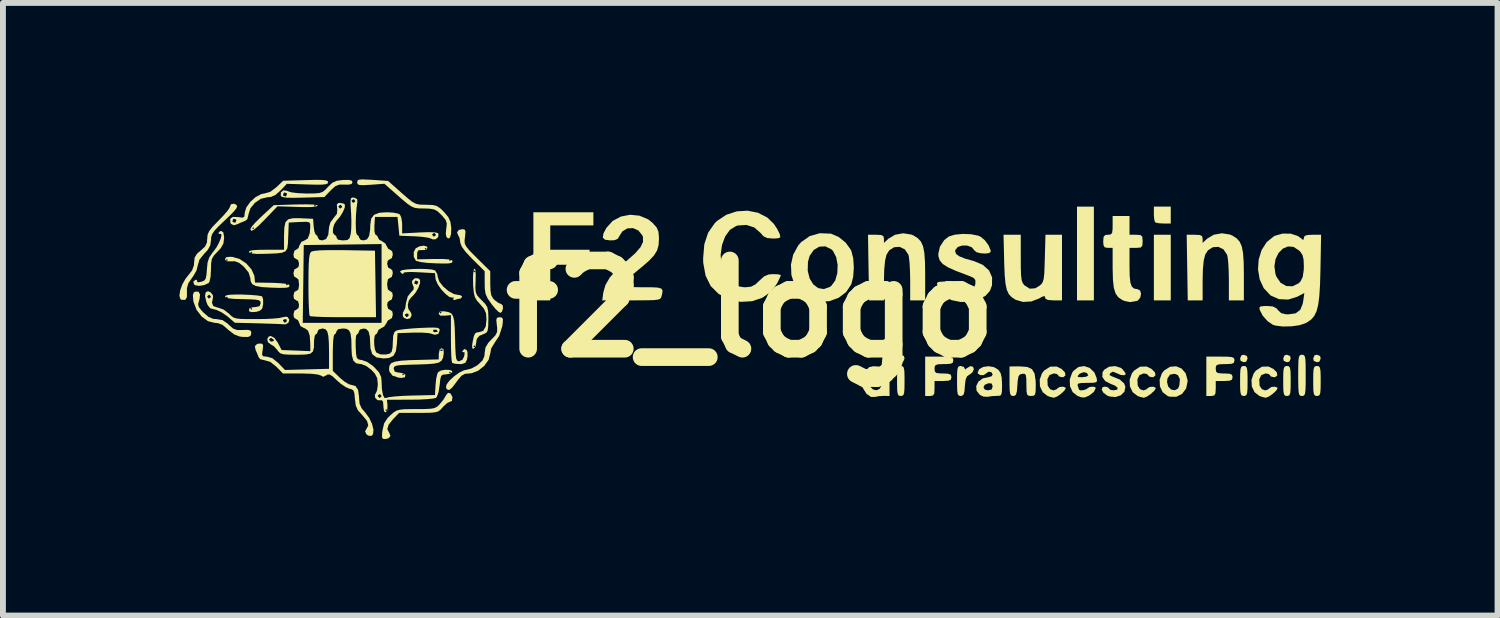
<source format=kicad_pcb>
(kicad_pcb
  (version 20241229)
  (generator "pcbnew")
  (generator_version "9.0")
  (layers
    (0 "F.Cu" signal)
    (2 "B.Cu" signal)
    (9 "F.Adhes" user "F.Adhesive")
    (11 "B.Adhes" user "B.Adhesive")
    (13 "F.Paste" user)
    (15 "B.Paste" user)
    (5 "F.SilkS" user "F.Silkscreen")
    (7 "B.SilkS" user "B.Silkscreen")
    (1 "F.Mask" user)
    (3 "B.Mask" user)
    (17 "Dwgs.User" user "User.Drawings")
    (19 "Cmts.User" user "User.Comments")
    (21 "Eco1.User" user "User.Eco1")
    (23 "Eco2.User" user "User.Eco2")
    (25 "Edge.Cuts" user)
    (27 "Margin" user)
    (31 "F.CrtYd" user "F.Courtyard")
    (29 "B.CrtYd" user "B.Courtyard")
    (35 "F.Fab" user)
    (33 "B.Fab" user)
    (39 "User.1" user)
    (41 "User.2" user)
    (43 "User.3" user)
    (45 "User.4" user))
  (footprint "f2_logo"
    (layer "F.Cu")
    (at 9.715 2.2)
    (property "Reference" "f2_logo" (at 0 0 0) (layer "F.SilkS") (effects (font (size 1.5 1.5) (thickness 0.3))))
    (attr board_only exclude_from_pos_files exclude_from_bom)
    (fp_poly (pts (xy 2.603 0.803) (xy 2.613 0.845) (xy 2.591 0.898) (xy 2.55 0.908) (xy 2.496 0.886) (xy 2.486 0.845) (xy 2.508 0.791) (xy 2.55 0.781)) (stroke (width 0) (type solid)) (fill yes) (layer "F.SilkS"))
    (fp_poly (pts (xy 5.832 -0.94) (xy 5.832 -0.143) (xy 5.689 -0.143) (xy 5.545 -0.143) (xy 5.545 -0.94) (xy 5.545 -1.737) (xy 5.689 -1.737) (xy 5.832 -1.737)) (stroke (width 0) (type solid)) (fill yes) (layer "F.SilkS"))
    (fp_poly (pts (xy 7.139 -0.701) (xy 7.139 -0.143) (xy 6.995 -0.143) (xy 6.852 -0.143) (xy 6.852 -0.701) (xy 6.852 -1.259) (xy 6.995 -1.259) (xy 7.139 -1.259)) (stroke (width 0) (type solid)) (fill yes) (layer "F.SilkS"))
    (fp_poly (pts (xy 8.435 0.803) (xy 8.445 0.845) (xy 8.423 0.898) (xy 8.382 0.908) (xy 8.328 0.886) (xy 8.318 0.845) (xy 8.34 0.791) (xy 8.382 0.781)) (stroke (width 0) (type solid)) (fill yes) (layer "F.SilkS"))
    (fp_poly (pts (xy 9.168 0.803) (xy 9.178 0.845) (xy 9.156 0.898) (xy 9.115 0.908) (xy 9.061 0.886) (xy 9.051 0.845) (xy 9.073 0.791) (xy 9.115 0.781)) (stroke (width 0) (type solid)) (fill yes) (layer "F.SilkS"))
    (fp_poly (pts (xy 9.678 0.803) (xy 9.688 0.845) (xy 9.666 0.898) (xy 9.625 0.908) (xy 9.571 0.886) (xy 9.561 0.845) (xy 9.583 0.791) (xy 9.625 0.781)) (stroke (width 0) (type solid)) (fill yes) (layer "F.SilkS"))
    (fp_poly (pts (xy 7.139 -1.593) (xy 7.139 -1.45) (xy 7.017 -1.45) (xy 6.932 -1.455) (xy 6.878 -1.468) (xy 6.873 -1.471) (xy 6.859 -1.514) (xy 6.852 -1.594) (xy 6.852 -1.615) (xy 6.852 -1.737) (xy 6.995 -1.737) (xy 7.139 -1.737)) (stroke (width 0) (type solid)) (fill yes) (layer "F.SilkS"))
    (fp_poly (pts (xy -2.677 -1.53) (xy -2.677 -1.418) (xy -3.044 -1.418) (xy -3.41 -1.418) (xy -3.41 -1.211) (xy -3.41 -1.004) (xy -3.075 -1.004) (xy -2.741 -1.004) (xy -2.741 -0.876) (xy -2.741 -0.749) (xy -3.075 -0.749) (xy -3.41 -0.749) (xy -3.41 -0.446) (xy -3.41 -0.143) (xy -3.553 -0.143) (xy -3.697 -0.143) (xy -3.697 -0.892) (xy -3.697 -1.641) (xy -3.187 -1.641) (xy -2.677 -1.641)) (stroke (width 0) (type solid)) (fill yes) (layer "F.SilkS"))
    (fp_poly (pts (xy 2.581 0.977) (xy 2.6 1.002) (xy 2.61 1.058) (xy 2.613 1.16) (xy 2.613 1.227) (xy 2.612 1.354) (xy 2.606 1.43) (xy 2.592 1.468) (xy 2.566 1.481) (xy 2.55 1.482) (xy 2.518 1.477) (xy 2.499 1.452) (xy 2.489 1.396) (xy 2.486 1.294) (xy 2.486 1.227) (xy 2.487 1.1) (xy 2.493 1.024) (xy 2.507 0.986) (xy 2.533 0.973) (xy 2.55 0.972)) (stroke (width 0) (type solid)) (fill yes) (layer "F.SilkS"))
    (fp_poly (pts (xy 8.413 0.977) (xy 8.432 1.002) (xy 8.442 1.058) (xy 8.445 1.16) (xy 8.445 1.227) (xy 8.444 1.354) (xy 8.438 1.43) (xy 8.424 1.468) (xy 8.398 1.481) (xy 8.382 1.482) (xy 8.35 1.477) (xy 8.331 1.452) (xy 8.321 1.396) (xy 8.318 1.294) (xy 8.318 1.227) (xy 8.319 1.1) (xy 8.325 1.024) (xy 8.34 0.986) (xy 8.365 0.973) (xy 8.382 0.972)) (stroke (width 0) (type solid)) (fill yes) (layer "F.SilkS"))
    (fp_poly (pts (xy 9.146 0.977) (xy 9.165 1.002) (xy 9.175 1.058) (xy 9.178 1.16) (xy 9.178 1.227) (xy 9.177 1.354) (xy 9.171 1.43) (xy 9.157 1.468) (xy 9.131 1.481) (xy 9.115 1.482) (xy 9.083 1.477) (xy 9.064 1.452) (xy 9.054 1.396) (xy 9.051 1.294) (xy 9.051 1.227) (xy 9.052 1.1) (xy 9.058 1.024) (xy 9.073 0.986) (xy 9.098 0.973) (xy 9.115 0.972)) (stroke (width 0) (type solid)) (fill yes) (layer "F.SilkS"))
    (fp_poly (pts (xy 9.656 0.977) (xy 9.675 1.002) (xy 9.685 1.058) (xy 9.688 1.16) (xy 9.688 1.227) (xy 9.687 1.354) (xy 9.681 1.43) (xy 9.667 1.468) (xy 9.641 1.481) (xy 9.625 1.482) (xy 9.593 1.477) (xy 9.574 1.452) (xy 9.564 1.396) (xy 9.561 1.294) (xy 9.561 1.227) (xy 9.562 1.1) (xy 9.568 1.024) (xy 9.582 0.986) (xy 9.608 0.973) (xy 9.625 0.972)) (stroke (width 0) (type solid)) (fill yes) (layer "F.SilkS"))
    (fp_poly (pts (xy 9.398 0.785) (xy 9.416 0.804) (xy 9.427 0.85) (xy 9.432 0.933) (xy 9.433 1.065) (xy 9.433 1.131) (xy 9.433 1.285) (xy 9.429 1.385) (xy 9.421 1.445) (xy 9.406 1.473) (xy 9.382 1.482) (xy 9.37 1.482) (xy 9.342 1.478) (xy 9.323 1.458) (xy 9.313 1.413) (xy 9.308 1.329) (xy 9.306 1.197) (xy 9.306 1.131) (xy 9.307 0.978) (xy 9.31 0.877) (xy 9.319 0.818) (xy 9.334 0.79) (xy 9.358 0.781) (xy 9.37 0.781)) (stroke (width 0) (type solid)) (fill yes) (layer "F.SilkS"))
    (fp_poly (pts (xy -6.942 -0.997) (xy -6.911 -0.997) (xy -6.39 -0.988) (xy -6.381 -0.422) (xy -6.372 0.143) (xy -6.926 0.143) (xy -7.107 0.142) (xy -7.266 0.139) (xy -7.392 0.134) (xy -7.474 0.128) (xy -7.5 0.122) (xy -7.507 0.085) (xy -7.513 -0.005) (xy -7.518 -0.137) (xy -7.521 -0.299) (xy -7.521 -0.416) (xy -7.52 -0.621) (xy -7.516 -0.77) (xy -7.508 -0.872) (xy -7.496 -0.935) (xy -7.479 -0.967) (xy -7.477 -0.969) (xy -7.429 -0.984) (xy -7.325 -0.994) (xy -7.164 -0.998)) (stroke (width 0) (type solid)) (fill yes) (layer "F.SilkS"))
    (fp_poly (pts (xy 3.621 0.988) (xy 3.633 1.01) (xy 3.643 1.032) (xy 3.671 1.01) (xy 3.731 0.975) (xy 3.778 0.986) (xy 3.792 1.028) (xy 3.766 1.083) (xy 3.721 1.116) (xy 3.676 1.147) (xy 3.652 1.202) (xy 3.64 1.299) (xy 3.639 1.315) (xy 3.63 1.414) (xy 3.613 1.464) (xy 3.581 1.481) (xy 3.568 1.482) (xy 3.537 1.476) (xy 3.518 1.45) (xy 3.509 1.392) (xy 3.506 1.288) (xy 3.506 1.227) (xy 3.507 1.1) (xy 3.513 1.024) (xy 3.527 0.986) (xy 3.553 0.973) (xy 3.569 0.972)) (stroke (width 0) (type solid)) (fill yes) (layer "F.SilkS"))
    (fp_poly (pts (xy 7.324 1.016) (xy 7.393 1.097) (xy 7.425 1.214) (xy 7.426 1.233) (xy 7.4 1.356) (xy 7.331 1.447) (xy 7.233 1.496) (xy 7.119 1.494) (xy 7.085 1.482) (xy 7.001 1.417) (xy 6.955 1.318) (xy 6.952 1.245) (xy 7.076 1.245) (xy 7.096 1.323) (xy 7.145 1.372) (xy 7.206 1.385) (xy 7.26 1.358) (xy 7.284 1.309) (xy 7.295 1.197) (xy 7.261 1.127) (xy 7.206 1.105) (xy 7.127 1.118) (xy 7.083 1.183) (xy 7.076 1.245) (xy 6.952 1.245) (xy 6.95 1.205) (xy 6.989 1.096) (xy 7.026 1.05) (xy 7.126 0.986) (xy 7.23 0.977)) (stroke (width 0) (type solid)) (fill yes) (layer "F.SilkS"))
    (fp_poly (pts (xy -7.436 -1.772) (xy -7.41 -1.768) (xy -7.426 -1.753) (xy -7.41 -1.737) (xy -7.394 -1.753) (xy -7.409 -1.768) (xy -7.371 -1.761) (xy -7.362 -1.753) (xy -7.393 -1.738) (xy -7.483 -1.73) (xy -7.63 -1.73) (xy -7.704 -1.732) (xy -8.047 -1.743) (xy -8.249 -1.533) (xy -8.363 -1.418) (xy -8.442 -1.349) (xy -8.488 -1.325) (xy -8.505 -1.343) (xy -8.505 -1.362) (xy -8.501 -1.37) (xy -8.477 -1.37) (xy -8.461 -1.354) (xy -8.445 -1.37) (xy -8.461 -1.386) (xy -8.477 -1.37) (xy -8.501 -1.37) (xy -8.482 -1.401) (xy -8.421 -1.469) (xy -8.336 -1.554) (xy -8.306 -1.582) (xy -8.111 -1.762) (xy -7.736 -1.774) (xy -7.559 -1.776)) (stroke (width 0) (type solid)) (fill yes) (layer "F.SilkS"))
    (fp_poly (pts (xy 4.698 0.988) (xy 4.779 1.026) (xy 4.824 1.101) (xy 4.842 1.224) (xy 4.844 1.298) (xy 4.842 1.401) (xy 4.832 1.456) (xy 4.808 1.478) (xy 4.764 1.482) (xy 4.721 1.478) (xy 4.697 1.456) (xy 4.687 1.401) (xy 4.685 1.299) (xy 4.685 1.288) (xy 4.683 1.182) (xy 4.674 1.125) (xy 4.653 1.104) (xy 4.614 1.105) (xy 4.613 1.105) (xy 4.572 1.118) (xy 4.549 1.153) (xy 4.537 1.226) (xy 4.532 1.299) (xy 4.523 1.403) (xy 4.508 1.459) (xy 4.481 1.48) (xy 4.46 1.482) (xy 4.429 1.476) (xy 4.41 1.45) (xy 4.401 1.391) (xy 4.398 1.286) (xy 4.398 1.231) (xy 4.398 0.98) (xy 4.573 0.979)) (stroke (width 0) (type solid)) (fill yes) (layer "F.SilkS"))
    (fp_poly (pts (xy 3.325 0.814) (xy 3.397 0.821) (xy 3.431 0.837) (xy 3.442 0.865) (xy 3.442 0.876) (xy 3.434 0.915) (xy 3.398 0.934) (xy 3.319 0.94) (xy 3.283 0.94) (xy 3.188 0.943) (xy 3.141 0.956) (xy 3.125 0.988) (xy 3.123 1.02) (xy 3.129 1.069) (xy 3.158 1.092) (xy 3.228 1.099) (xy 3.267 1.099) (xy 3.356 1.104) (xy 3.399 1.121) (xy 3.41 1.159) (xy 3.41 1.163) (xy 3.401 1.203) (xy 3.362 1.222) (xy 3.277 1.227) (xy 3.267 1.227) (xy 3.123 1.227) (xy 3.123 1.354) (xy 3.119 1.437) (xy 3.098 1.473) (xy 3.05 1.482) (xy 3.044 1.482) (xy 2.964 1.482) (xy 2.964 1.147) (xy 2.964 0.813) (xy 3.203 0.813)) (stroke (width 0) (type solid)) (fill yes) (layer "F.SilkS"))
    (fp_poly (pts (xy 5.283 1.022) (xy 5.339 1.079) (xy 5.35 1.131) (xy 5.314 1.161) (xy 5.29 1.163) (xy 5.239 1.15) (xy 5.227 1.131) (xy 5.199 1.107) (xy 5.149 1.099) (xy 5.078 1.126) (xy 5.042 1.197) (xy 5.047 1.302) (xy 5.049 1.309) (xy 5.087 1.366) (xy 5.146 1.388) (xy 5.201 1.367) (xy 5.211 1.354) (xy 5.251 1.329) (xy 5.307 1.324) (xy 5.349 1.339) (xy 5.354 1.352) (xy 5.33 1.392) (xy 5.273 1.445) (xy 5.207 1.491) (xy 5.154 1.512) (xy 5.151 1.512) (xy 5.094 1.499) (xy 5.045 1.482) (xy 4.962 1.417) (xy 4.916 1.319) (xy 4.911 1.206) (xy 4.949 1.098) (xy 4.986 1.05) (xy 5.089 0.984) (xy 5.198 0.981)) (stroke (width 0) (type solid)) (fill yes) (layer "F.SilkS"))
    (fp_poly (pts (xy 6.813 1.022) (xy 6.869 1.079) (xy 6.88 1.131) (xy 6.844 1.161) (xy 6.82 1.163) (xy 6.768 1.15) (xy 6.756 1.131) (xy 6.729 1.107) (xy 6.679 1.099) (xy 6.608 1.126) (xy 6.572 1.197) (xy 6.577 1.302) (xy 6.579 1.309) (xy 6.616 1.366) (xy 6.676 1.388) (xy 6.731 1.367) (xy 6.74 1.354) (xy 6.781 1.329) (xy 6.837 1.324) (xy 6.878 1.339) (xy 6.884 1.352) (xy 6.86 1.392) (xy 6.803 1.445) (xy 6.736 1.491) (xy 6.684 1.512) (xy 6.68 1.512) (xy 6.624 1.499) (xy 6.575 1.482) (xy 6.491 1.417) (xy 6.445 1.319) (xy 6.44 1.206) (xy 6.478 1.098) (xy 6.516 1.05) (xy 6.618 0.984) (xy 6.728 0.981)) (stroke (width 0) (type solid)) (fill yes) (layer "F.SilkS"))
    (fp_poly (pts (xy 8.106 0.814) (xy 8.177 0.821) (xy 8.212 0.837) (xy 8.222 0.865) (xy 8.222 0.876) (xy 8.214 0.915) (xy 8.178 0.934) (xy 8.1 0.94) (xy 8.063 0.94) (xy 7.968 0.943) (xy 7.921 0.956) (xy 7.905 0.988) (xy 7.904 1.02) (xy 7.91 1.069) (xy 7.939 1.092) (xy 8.008 1.099) (xy 8.047 1.099) (xy 8.137 1.104) (xy 8.179 1.121) (xy 8.19 1.159) (xy 8.19 1.163) (xy 8.181 1.203) (xy 8.142 1.222) (xy 8.057 1.227) (xy 8.047 1.227) (xy 7.904 1.227) (xy 7.904 1.354) (xy 7.899 1.437) (xy 7.879 1.473) (xy 7.831 1.482) (xy 7.824 1.482) (xy 7.744 1.482) (xy 7.744 1.147) (xy 7.744 0.813) (xy 7.983 0.813)) (stroke (width 0) (type solid)) (fill yes) (layer "F.SilkS"))
    (fp_poly (pts (xy 8.885 1.022) (xy 8.941 1.079) (xy 8.951 1.131) (xy 8.916 1.161) (xy 8.892 1.163) (xy 8.84 1.15) (xy 8.828 1.131) (xy 8.801 1.107) (xy 8.75 1.099) (xy 8.679 1.126) (xy 8.644 1.197) (xy 8.649 1.302) (xy 8.65 1.309) (xy 8.688 1.366) (xy 8.747 1.388) (xy 8.802 1.367) (xy 8.812 1.354) (xy 8.852 1.329) (xy 8.909 1.324) (xy 8.95 1.339) (xy 8.955 1.352) (xy 8.931 1.392) (xy 8.874 1.445) (xy 8.808 1.491) (xy 8.756 1.512) (xy 8.752 1.512) (xy 8.696 1.499) (xy 8.647 1.482) (xy 8.563 1.417) (xy 8.517 1.319) (xy 8.512 1.206) (xy 8.55 1.098) (xy 8.587 1.05) (xy 8.69 0.984) (xy 8.799 0.981)) (stroke (width 0) (type solid)) (fill yes) (layer "F.SilkS"))
    (fp_poly (pts (xy 6.288 1.003) (xy 6.321 1.03) (xy 6.362 1.083) (xy 6.374 1.11) (xy 6.349 1.13) (xy 6.291 1.125) (xy 6.221 1.096) (xy 6.215 1.092) (xy 6.156 1.069) (xy 6.114 1.091) (xy 6.097 1.125) (xy 6.138 1.148) (xy 6.271 1.202) (xy 6.346 1.268) (xy 6.368 1.326) (xy 6.351 1.411) (xy 6.288 1.471) (xy 6.198 1.5) (xy 6.095 1.49) (xy 6.055 1.473) (xy 5.991 1.424) (xy 5.965 1.372) (xy 5.98 1.333) (xy 6.021 1.323) (xy 6.074 1.336) (xy 6.087 1.354) (xy 6.114 1.378) (xy 6.169 1.386) (xy 6.229 1.374) (xy 6.236 1.344) (xy 6.195 1.308) (xy 6.121 1.278) (xy 6.025 1.229) (xy 5.976 1.159) (xy 5.979 1.08) (xy 6.007 1.036) (xy 6.09 0.985) (xy 6.193 0.974)) (stroke (width 0) (type solid)) (fill yes) (layer "F.SilkS"))
    (fp_poly (pts (xy 2.726 -1.263) (xy 2.767 -1.246) (xy 2.839 -1.2) (xy 2.892 -1.142) (xy 2.928 -1.062) (xy 2.95 -0.949) (xy 2.961 -0.793) (xy 2.964 -0.585) (xy 2.964 -0.575) (xy 2.964 -0.143) (xy 2.836 -0.143) (xy 2.709 -0.143) (xy 2.709 -0.492) (xy 2.706 -0.643) (xy 2.699 -0.777) (xy 2.688 -0.878) (xy 2.679 -0.92) (xy 2.617 -1.011) (xy 2.531 -1.053) (xy 2.437 -1.047) (xy 2.353 -0.994) (xy 2.307 -0.921) (xy 2.283 -0.822) (xy 2.268 -0.667) (xy 2.263 -0.479) (xy 2.263 -0.143) (xy 2.137 -0.143) (xy 2.011 -0.143) (xy 2.001 -0.701) (xy 1.992 -1.259) (xy 2.127 -1.259) (xy 2.213 -1.255) (xy 2.253 -1.236) (xy 2.263 -1.194) (xy 2.263 -1.19) (xy 2.263 -1.12) (xy 2.339 -1.192) (xy 2.452 -1.259) (xy 2.59 -1.284)) (stroke (width 0) (type solid)) (fill yes) (layer "F.SilkS"))
    (fp_poly (pts (xy 8.144 -1.263) (xy 8.185 -1.246) (xy 8.257 -1.2) (xy 8.31 -1.142) (xy 8.346 -1.062) (xy 8.368 -0.949) (xy 8.379 -0.793) (xy 8.382 -0.585) (xy 8.382 -0.575) (xy 8.382 -0.143) (xy 8.254 -0.143) (xy 8.127 -0.143) (xy 8.127 -0.492) (xy 8.124 -0.643) (xy 8.117 -0.777) (xy 8.106 -0.878) (xy 8.096 -0.92) (xy 8.035 -1.011) (xy 7.949 -1.053) (xy 7.855 -1.047) (xy 7.771 -0.994) (xy 7.725 -0.921) (xy 7.7 -0.822) (xy 7.685 -0.667) (xy 7.681 -0.479) (xy 7.681 -0.143) (xy 7.554 -0.143) (xy 7.428 -0.143) (xy 7.419 -0.701) (xy 7.41 -1.259) (xy 7.545 -1.259) (xy 7.631 -1.255) (xy 7.671 -1.236) (xy 7.681 -1.194) (xy 7.681 -1.19) (xy 7.681 -1.12) (xy 7.757 -1.192) (xy 7.87 -1.259) (xy 8.008 -1.284)) (stroke (width 0) (type solid)) (fill yes) (layer "F.SilkS"))
    (fp_poly (pts (xy -9.391 -0.291) (xy -9.364 -0.244) (xy -9.373 -0.162) (xy -9.38 -0.141) (xy -9.397 -0.08) (xy -9.385 -0.031) (xy -9.338 0.03) (xy -9.306 0.063) (xy -9.22 0.138) (xy -9.14 0.171) (xy -9.083 0.175) (xy -8.982 0.192) (xy -8.896 0.251) (xy -8.874 0.273) (xy -8.804 0.335) (xy -8.737 0.36) (xy -8.639 0.361) (xy -8.637 0.36) (xy -8.548 0.358) (xy -8.505 0.371) (xy -8.493 0.404) (xy -8.493 0.414) (xy -8.505 0.459) (xy -8.547 0.479) (xy -8.633 0.478) (xy -8.688 0.472) (xy -8.783 0.435) (xy -8.883 0.359) (xy -8.893 0.349) (xy -8.98 0.274) (xy -9.062 0.243) (xy -9.114 0.239) (xy -9.23 0.21) (xy -9.337 0.131) (xy -9.423 0.018) (xy -9.474 -0.115) (xy -9.478 -0.136) (xy -9.486 -0.227) (xy -9.473 -0.275) (xy -9.447 -0.292)) (stroke (width 0) (type solid)) (fill yes) (layer "F.SilkS"))
    (fp_poly (pts (xy -5.509 -1.059) (xy -5.497 -1.036) (xy -5.52 -1.001) (xy -5.585 -0.998) (xy -5.649 -0.997) (xy -5.671 -0.962) (xy -5.673 -0.925) (xy -5.673 -0.841) (xy -5.379 -0.847) (xy -5.23 -0.847) (xy -5.126 -0.839) (xy -5.122 -0.838) (xy -5.131 -0.829) (xy -5.115 -0.813) (xy -5.099 -0.829) (xy -5.102 -0.831) (xy -5.078 -0.824) (xy -5.075 -0.82) (xy -5.073 -0.795) (xy -5.094 -0.779) (xy -5.148 -0.771) (xy -5.246 -0.77) (xy -5.384 -0.774) (xy -5.513 -0.782) (xy -5.619 -0.796) (xy -5.685 -0.813) (xy -5.695 -0.818) (xy -5.73 -0.882) (xy -5.731 -0.963) (xy -5.702 -1.02) (xy -5.545 -1.02) (xy -5.529 -1.004) (xy -5.513 -1.02) (xy -5.529 -1.036) (xy -5.545 -1.02) (xy -5.702 -1.02) (xy -5.698 -1.028) (xy -5.697 -1.029) (xy -5.631 -1.063) (xy -5.561 -1.073)) (stroke (width 0) (type solid)) (fill yes) (layer "F.SilkS"))
    (fp_poly (pts (xy -5.516 -0.676) (xy -5.423 -0.668) (xy -5.369 -0.653) (xy -5.367 -0.651) (xy -5.331 -0.591) (xy -5.322 -0.538) (xy -5.296 -0.462) (xy -5.229 -0.378) (xy -5.141 -0.302) (xy -5.049 -0.251) (xy -4.996 -0.24) (xy -4.932 -0.229) (xy -4.908 -0.207) (xy -4.93 -0.176) (xy -4.937 -0.175) (xy -4.99 -0.165) (xy -5.022 -0.154) (xy -5.06 -0.148) (xy -5.055 -0.17) (xy -5.053 -0.194) (xy -5.074 -0.19) (xy -5.124 -0.201) (xy -5.191 -0.253) (xy -5.262 -0.328) (xy -5.321 -0.413) (xy -5.356 -0.491) (xy -5.36 -0.51) (xy -5.37 -0.606) (xy -5.646 -0.621) (xy -5.77 -0.626) (xy -5.859 -0.623) (xy -5.903 -0.615) (xy -5.904 -0.609) (xy -5.91 -0.591) (xy -5.926 -0.594) (xy -5.96 -0.626) (xy -5.962 -0.638) (xy -5.932 -0.656) (xy -5.855 -0.668) (xy -5.749 -0.676) (xy -5.63 -0.679)) (stroke (width 0) (type solid)) (fill yes) (layer "F.SilkS"))
    (fp_poly (pts (xy -4.865 -1.347) (xy -4.851 -1.315) (xy -4.857 -1.24) (xy -4.86 -1.219) (xy -4.867 -1.156) (xy -4.863 -1.106) (xy -4.838 -1.057) (xy -4.787 -0.995) (xy -4.7 -0.906) (xy -4.655 -0.861) (xy -4.43 -0.639) (xy -4.43 -0.429) (xy -4.426 -0.308) (xy -4.413 -0.231) (xy -4.383 -0.177) (xy -4.356 -0.149) (xy -4.292 -0.1) (xy -4.243 -0.08) (xy -4.242 -0.08) (xy -4.217 -0.055) (xy -4.214 -0.003) (xy -4.232 0.049) (xy -4.256 0.07) (xy -4.29 0.052) (xy -4.348 -0.006) (xy -4.407 -0.079) (xy -4.474 -0.175) (xy -4.51 -0.254) (xy -4.523 -0.345) (xy -4.525 -0.438) (xy -4.525 -0.639) (xy -4.733 -0.845) (xy -4.846 -0.964) (xy -4.912 -1.053) (xy -4.939 -1.119) (xy -4.94 -1.132) (xy -4.953 -1.208) (xy -4.975 -1.25) (xy -4.995 -1.3) (xy -4.964 -1.341) (xy -4.904 -1.354)) (stroke (width 0) (type solid)) (fill yes) (layer "F.SilkS"))
    (fp_poly (pts (xy 2.322 0.785) (xy 2.341 0.804) (xy 2.352 0.85) (xy 2.357 0.933) (xy 2.358 1.065) (xy 2.358 1.132) (xy 2.358 1.483) (xy 2.271 1.48) (xy 2.176 1.485) (xy 2.113 1.498) (xy 2.045 1.499) (xy 1.972 1.449) (xy 1.962 1.439) (xy 1.895 1.331) (xy 1.887 1.245) (xy 2.008 1.245) (xy 2.028 1.323) (xy 2.078 1.372) (xy 2.139 1.385) (xy 2.193 1.358) (xy 2.217 1.309) (xy 2.228 1.197) (xy 2.194 1.127) (xy 2.139 1.105) (xy 2.059 1.118) (xy 2.016 1.183) (xy 2.008 1.245) (xy 1.887 1.245) (xy 1.883 1.207) (xy 1.927 1.084) (xy 1.949 1.053) (xy 2.012 0.992) (xy 2.086 0.976) (xy 2.124 0.979) (xy 2.196 0.982) (xy 2.225 0.959) (xy 2.231 0.891) (xy 2.231 0.886) (xy 2.239 0.812) (xy 2.27 0.783) (xy 2.295 0.781)) (stroke (width 0) (type solid)) (fill yes) (layer "F.SilkS"))
    (fp_poly (pts (xy -8.969 -1.3) (xy -8.956 -1.228) (xy -8.955 -1.201) (xy -8.967 -1.11) (xy -9.01 -1.033) (xy -9.067 -0.972) (xy -9.129 -0.906) (xy -9.163 -0.848) (xy -9.176 -0.771) (xy -9.178 -0.667) (xy -9.185 -0.544) (xy -9.203 -0.462) (xy -9.218 -0.438) (xy -9.291 -0.404) (xy -9.376 -0.39) (xy -9.446 -0.4) (xy -9.465 -0.414) (xy -9.479 -0.464) (xy -9.44 -0.493) (xy -9.426 -0.494) (xy -9.411 -0.475) (xy -9.416 -0.465) (xy -9.404 -0.45) (xy -9.346 -0.459) (xy -9.296 -0.477) (xy -9.269 -0.51) (xy -9.255 -0.575) (xy -9.248 -0.668) (xy -9.236 -0.788) (xy -9.207 -0.875) (xy -9.15 -0.958) (xy -9.132 -0.979) (xy -9.082 -1.049) (xy -9.04 -1.129) (xy -9.01 -1.203) (xy -8.999 -1.257) (xy -9.012 -1.276) (xy -9.025 -1.271) (xy -9.049 -1.279) (xy -9.051 -1.289) (xy -9.025 -1.319) (xy -9.003 -1.323)) (stroke (width 0) (type solid)) (fill yes) (layer "F.SilkS"))
    (fp_poly (pts (xy 4.589 -0.86) (xy 4.59 -0.692) (xy 4.594 -0.574) (xy 4.603 -0.496) (xy 4.618 -0.446) (xy 4.642 -0.41) (xy 4.653 -0.398) (xy 4.742 -0.342) (xy 4.836 -0.349) (xy 4.912 -0.395) (xy 4.944 -0.425) (xy 4.965 -0.461) (xy 4.98 -0.516) (xy 4.989 -0.601) (xy 4.994 -0.73) (xy 4.998 -0.858) (xy 5.009 -1.259) (xy 5.15 -1.259) (xy 5.29 -1.259) (xy 5.29 -0.701) (xy 5.29 -0.143) (xy 5.147 -0.143) (xy 5.052 -0.15) (xy 5.009 -0.171) (xy 5.004 -0.191) (xy 4.994 -0.216) (xy 4.956 -0.207) (xy 4.9 -0.175) (xy 4.769 -0.125) (xy 4.627 -0.117) (xy 4.502 -0.153) (xy 4.501 -0.154) (xy 4.434 -0.198) (xy 4.385 -0.25) (xy 4.352 -0.322) (xy 4.33 -0.425) (xy 4.316 -0.567) (xy 4.308 -0.761) (xy 4.307 -0.805) (xy 4.296 -1.259) (xy 4.443 -1.259) (xy 4.589 -1.259)) (stroke (width 0) (type solid)) (fill yes) (layer "F.SilkS"))
    (fp_poly (pts (xy -8.637 -0.242) (xy -8.503 -0.236) (xy -8.393 -0.227) (xy -8.323 -0.216) (xy -8.308 -0.209) (xy -8.292 -0.162) (xy -8.291 -0.084) (xy -8.292 -0.077) (xy -8.308 -0.001) (xy -8.353 0.036) (xy -8.406 0.051) (xy -8.482 0.057) (xy -8.527 0.044) (xy -8.529 0.042) (xy -8.531 -0.000001) (xy -8.509 -0.000001) (xy -8.493 0.016) (xy -8.477 -0.000001) (xy -8.493 -0.016) (xy -8.509 -0.000001) (xy -8.531 -0.000001) (xy -8.531 -0.002) (xy -8.475 -0.026) (xy -8.42 -0.03) (xy -8.354 -0.044) (xy -8.334 -0.091) (xy -8.334 -0.096) (xy -8.339 -0.125) (xy -8.361 -0.144) (xy -8.412 -0.155) (xy -8.505 -0.161) (xy -8.637 -0.164) (xy -8.79 -0.169) (xy -8.887 -0.179) (xy -8.899 -0.184) (xy -8.892 -0.191) (xy -8.908 -0.207) (xy -8.923 -0.192) (xy -8.933 -0.196) (xy -8.939 -0.208) (xy -8.921 -0.228) (xy -8.861 -0.239) (xy -8.751 -0.243)) (stroke (width 0) (type solid)) (fill yes) (layer "F.SilkS"))
    (fp_poly (pts (xy -8.812 -0.882) (xy -8.692 -0.847) (xy -8.578 -0.771) (xy -8.489 -0.67) (xy -8.441 -0.562) (xy -8.439 -0.545) (xy -8.429 -0.446) (xy -8.144 -0.442) (xy -8.012 -0.436) (xy -7.911 -0.426) (xy -7.896 -0.422) (xy -7.904 -0.414) (xy -7.888 -0.398) (xy -7.872 -0.414) (xy -7.874 -0.416) (xy -7.854 -0.411) (xy -7.847 -0.405) (xy -7.845 -0.38) (xy -7.867 -0.364) (xy -7.922 -0.357) (xy -8.021 -0.356) (xy -8.157 -0.36) (xy -8.314 -0.369) (xy -8.417 -0.388) (xy -8.477 -0.419) (xy -8.504 -0.47) (xy -8.509 -0.523) (xy -8.539 -0.617) (xy -8.617 -0.714) (xy -8.699 -0.781) (xy -8.771 -0.808) (xy -8.832 -0.807) (xy -8.91 -0.808) (xy -8.932 -0.829) (xy -8.923 -0.829) (xy -8.908 -0.813) (xy -8.892 -0.829) (xy -8.908 -0.845) (xy -8.923 -0.829) (xy -8.932 -0.829) (xy -8.938 -0.834) (xy -8.939 -0.844) (xy -8.923 -0.875) (xy -8.864 -0.884)) (stroke (width 0) (type solid)) (fill yes) (layer "F.SilkS"))
    (fp_poly (pts (xy -4.231 0.149) (xy -4.215 0.176) (xy -4.218 0.241) (xy -4.225 0.295) (xy -4.278 0.46) (xy -4.339 0.551) (xy -4.414 0.673) (xy -4.43 0.76) (xy -4.458 0.867) (xy -4.532 0.97) (xy -4.635 1.052) (xy -4.749 1.096) (xy -4.788 1.099) (xy -4.862 1.106) (xy -4.917 1.136) (xy -4.974 1.202) (xy -5.004 1.243) (xy -5.077 1.339) (xy -5.129 1.381) (xy -5.166 1.37) (xy -5.183 1.338) (xy -5.173 1.287) (xy -5.121 1.218) (xy -5.044 1.147) (xy -4.956 1.084) (xy -4.874 1.044) (xy -4.834 1.037) (xy -4.753 1.016) (xy -4.661 0.967) (xy -4.635 0.948) (xy -4.561 0.877) (xy -4.53 0.805) (xy -4.525 0.747) (xy -4.512 0.659) (xy -4.464 0.579) (xy -4.412 0.524) (xy -4.344 0.453) (xy -4.314 0.395) (xy -4.312 0.325) (xy -4.318 0.279) (xy -4.327 0.194) (xy -4.318 0.155) (xy -4.284 0.144) (xy -4.271 0.143)) (stroke (width 0) (type solid)) (fill yes) (layer "F.SilkS"))
    (fp_poly (pts (xy 4.134 0.992) (xy 4.207 1.036) (xy 4.246 1.092) (xy 4.265 1.172) (xy 4.271 1.291) (xy 4.269 1.397) (xy 4.26 1.454) (xy 4.238 1.477) (xy 4.194 1.48) (xy 4.183 1.48) (xy 4.092 1.485) (xy 4.031 1.496) (xy 3.955 1.493) (xy 3.896 1.465) (xy 3.838 1.394) (xy 3.833 1.335) (xy 3.955 1.335) (xy 3.977 1.373) (xy 4.029 1.386) (xy 4.092 1.373) (xy 4.111 1.324) (xy 4.111 1.32) (xy 4.096 1.271) (xy 4.04 1.265) (xy 4.04 1.265) (xy 3.977 1.292) (xy 3.955 1.335) (xy 3.833 1.335) (xy 3.832 1.313) (xy 3.869 1.238) (xy 3.943 1.183) (xy 4.039 1.163) (xy 4.097 1.145) (xy 4.111 1.115) (xy 4.088 1.076) (xy 4.04 1.07) (xy 4 1.099) (xy 3.956 1.128) (xy 3.899 1.127) (xy 3.86 1.1) (xy 3.856 1.085) (xy 3.883 1.025) (xy 3.952 0.988) (xy 4.042 0.976)) (stroke (width 0) (type solid)) (fill yes) (layer "F.SilkS"))
    (fp_poly (pts (xy -6.784 -2.178) (xy -6.772 -2.151) (xy -6.789 -2.121) (xy -6.847 -2.11) (xy -6.907 -2.112) (xy -6.998 -2.111) (xy -7.065 -2.084) (xy -7.136 -2.02) (xy -7.146 -2.01) (xy -7.25 -1.9) (xy -7.613 -1.89) (xy -7.779 -1.887) (xy -7.89 -1.889) (xy -7.957 -1.899) (xy -7.988 -1.915) (xy -7.991 -1.922) (xy -7.991 -1.936) (xy -7.954 -1.936) (xy -7.95 -1.925) (xy -7.911 -1.91) (xy -7.901 -1.914) (xy -7.885 -1.953) (xy -7.889 -1.963) (xy -7.928 -1.978) (xy -7.938 -1.974) (xy -7.954 -1.936) (xy -7.991 -1.936) (xy -7.99 -1.981) (xy -7.947 -2.014) (xy -7.883 -2.006) (xy -7.871 -1.999) (xy -7.807 -1.979) (xy -7.698 -1.966) (xy -7.56 -1.96) (xy -7.549 -1.96) (xy -7.42 -1.961) (xy -7.336 -1.968) (xy -7.281 -1.987) (xy -7.235 -2.022) (xy -7.19 -2.071) (xy -7.117 -2.141) (xy -7.043 -2.176) (xy -6.939 -2.19) (xy -6.932 -2.19) (xy -6.833 -2.191)) (stroke (width 0) (type solid)) (fill yes) (layer "F.SilkS"))
    (fp_poly (pts (xy -5.107 1.438) (xy -5.076 1.493) (xy -5.073 1.508) (xy -5.082 1.566) (xy -5.11 1.578) (xy -5.16 1.6) (xy -5.223 1.657) (xy -5.238 1.673) (xy -5.276 1.716) (xy -5.313 1.744) (xy -5.364 1.759) (xy -5.442 1.767) (xy -5.563 1.769) (xy -5.649 1.769) (xy -5.979 1.769) (xy -6.081 1.874) (xy -6.158 1.97) (xy -6.18 2.045) (xy -6.149 2.108) (xy -6.147 2.11) (xy -6.127 2.161) (xy -6.159 2.201) (xy -6.218 2.215) (xy -6.256 2.209) (xy -6.271 2.179) (xy -6.268 2.109) (xy -6.262 2.064) (xy -6.234 1.947) (xy -6.176 1.857) (xy -6.127 1.809) (xy -6.073 1.762) (xy -6.025 1.732) (xy -5.968 1.715) (xy -5.886 1.707) (xy -5.763 1.705) (xy -5.689 1.705) (xy -5.542 1.704) (xy -5.444 1.699) (xy -5.38 1.688) (xy -5.336 1.666) (xy -5.297 1.631) (xy -5.285 1.617) (xy -5.225 1.543) (xy -5.186 1.477) (xy -5.183 1.471) (xy -5.149 1.428)) (stroke (width 0) (type solid)) (fill yes) (layer "F.SilkS"))
    (fp_poly (pts (xy 1.355 -1.278) (xy 1.368 -1.275) (xy 1.494 -1.221) (xy 1.612 -1.125) (xy 1.698 -1.007) (xy 1.709 -0.983) (xy 1.741 -0.857) (xy 1.751 -0.7) (xy 1.74 -0.544) (xy 1.708 -0.417) (xy 1.62 -0.284) (xy 1.492 -0.187) (xy 1.336 -0.13) (xy 1.169 -0.119) (xy 1.005 -0.158) (xy 0.97 -0.174) (xy 0.835 -0.276) (xy 0.741 -0.414) (xy 0.689 -0.577) (xy 0.687 -0.646) (xy 0.967 -0.646) (xy 1 -0.515) (xy 1.062 -0.415) (xy 1.145 -0.352) (xy 1.241 -0.335) (xy 1.343 -0.372) (xy 1.368 -0.39) (xy 1.435 -0.481) (xy 1.47 -0.606) (xy 1.476 -0.746) (xy 1.451 -0.879) (xy 1.396 -0.985) (xy 1.368 -1.012) (xy 1.265 -1.062) (xy 1.162 -1.056) (xy 1.069 -1) (xy 1 -0.901) (xy 0.971 -0.798) (xy 0.967 -0.646) (xy 0.687 -0.646) (xy 0.682 -0.75) (xy 0.72 -0.921) (xy 0.806 -1.077) (xy 0.857 -1.135) (xy 1.001 -1.236) (xy 1.172 -1.285)) (stroke (width 0) (type solid)) (fill yes) (layer "F.SilkS"))
    (fp_poly (pts (xy 6.438 -1.418) (xy 6.438 -1.259) (xy 6.549 -1.259) (xy 6.624 -1.254) (xy 6.655 -1.226) (xy 6.661 -1.156) (xy 6.661 -1.147) (xy 6.656 -1.073) (xy 6.628 -1.042) (xy 6.558 -1.036) (xy 6.549 -1.036) (xy 6.438 -1.036) (xy 6.438 -0.723) (xy 6.441 -0.557) (xy 6.453 -0.444) (xy 6.478 -0.376) (xy 6.518 -0.343) (xy 6.571 -0.335) (xy 6.618 -0.311) (xy 6.634 -0.255) (xy 6.621 -0.191) (xy 6.581 -0.142) (xy 6.557 -0.132) (xy 6.447 -0.114) (xy 6.354 -0.133) (xy 6.311 -0.152) (xy 6.245 -0.198) (xy 6.2 -0.262) (xy 6.171 -0.358) (xy 6.156 -0.495) (xy 6.151 -0.684) (xy 6.151 -0.693) (xy 6.151 -1.036) (xy 6.071 -1.036) (xy 6.017 -1.044) (xy 5.995 -1.082) (xy 5.991 -1.147) (xy 5.997 -1.223) (xy 6.024 -1.254) (xy 6.071 -1.259) (xy 6.118 -1.264) (xy 6.142 -1.29) (xy 6.15 -1.354) (xy 6.151 -1.418) (xy 6.151 -1.578) (xy 6.294 -1.578) (xy 6.438 -1.578)) (stroke (width 0) (type solid)) (fill yes) (layer "F.SilkS"))
    (fp_poly (pts (xy -6.505 -2.196) (xy -6.43 -2.192) (xy -6.167 -2.174) (xy -5.939 -1.971) (xy -5.832 -1.878) (xy -5.756 -1.818) (xy -5.695 -1.786) (xy -5.632 -1.772) (xy -5.551 -1.769) (xy -5.523 -1.769) (xy -5.413 -1.765) (xy -5.34 -1.748) (xy -5.279 -1.708) (xy -5.219 -1.649) (xy -5.144 -1.56) (xy -5.107 -1.476) (xy -5.093 -1.374) (xy -5.096 -1.274) (xy -5.115 -1.211) (xy -5.146 -1.194) (xy -5.177 -1.225) (xy -5.186 -1.276) (xy -5.179 -1.358) (xy -5.176 -1.372) (xy -5.169 -1.449) (xy -5.188 -1.51) (xy -5.245 -1.579) (xy -5.261 -1.596) (xy -5.326 -1.658) (xy -5.386 -1.69) (xy -5.466 -1.703) (xy -5.56 -1.706) (xy -5.649 -1.707) (xy -5.716 -1.717) (xy -5.775 -1.742) (xy -5.845 -1.791) (xy -5.939 -1.87) (xy -5.991 -1.916) (xy -6.23 -2.126) (xy -6.462 -2.109) (xy -6.581 -2.102) (xy -6.651 -2.104) (xy -6.683 -2.117) (xy -6.692 -2.143) (xy -6.693 -2.151) (xy -6.687 -2.179) (xy -6.662 -2.195) (xy -6.606 -2.2)) (stroke (width 0) (type solid)) (fill yes) (layer "F.SilkS"))
    (fp_poly (pts (xy 5.764 1.007) (xy 5.841 1.083) (xy 5.877 1.171) (xy 5.886 1.221) (xy 5.874 1.247) (xy 5.827 1.257) (xy 5.731 1.259) (xy 5.718 1.259) (xy 5.616 1.262) (xy 5.565 1.272) (xy 5.554 1.295) (xy 5.558 1.309) (xy 5.575 1.36) (xy 5.577 1.373) (xy 5.602 1.387) (xy 5.655 1.383) (xy 5.706 1.367) (xy 5.721 1.354) (xy 5.759 1.33) (xy 5.815 1.323) (xy 5.857 1.334) (xy 5.864 1.346) (xy 5.833 1.412) (xy 5.752 1.474) (xy 5.747 1.477) (xy 5.68 1.506) (xy 5.623 1.506) (xy 5.555 1.482) (xy 5.472 1.417) (xy 5.426 1.318) (xy 5.422 1.202) (xy 5.441 1.147) (xy 5.554 1.147) (xy 5.57 1.161) (xy 5.634 1.163) (xy 5.704 1.154) (xy 5.736 1.133) (xy 5.737 1.13) (xy 5.712 1.089) (xy 5.656 1.078) (xy 5.595 1.101) (xy 5.584 1.111) (xy 5.554 1.147) (xy 5.441 1.147) (xy 5.462 1.089) (xy 5.484 1.056) (xy 5.57 0.989) (xy 5.669 0.974)) (stroke (width 0) (type solid)) (fill yes) (layer "F.SilkS"))
    (fp_poly (pts (xy -5.211 0.043) (xy -5.142 0.055) (xy -5.094 0.078) (xy -5.063 0.123) (xy -5.044 0.2) (xy -5.034 0.32) (xy -5.029 0.493) (xy -5.028 0.505) (xy -5.024 0.668) (xy -5.018 0.778) (xy -5.009 0.844) (xy -4.995 0.879) (xy -4.974 0.891) (xy -4.958 0.892) (xy -4.9 0.863) (xy -4.873 0.804) (xy -4.864 0.743) (xy -4.883 0.737) (xy -4.905 0.734) (xy -4.903 0.719) (xy -4.871 0.683) (xy -4.833 0.699) (xy -4.817 0.734) (xy -4.816 0.805) (xy -4.826 0.863) (xy -4.853 0.918) (xy -4.911 0.939) (xy -4.951 0.94) (xy -5.03 0.934) (xy -5.077 0.92) (xy -5.078 0.919) (xy -5.086 0.881) (xy -5.093 0.792) (xy -5.097 0.665) (xy -5.099 0.513) (xy -5.099 0.502) (xy -5.099 0.107) (xy -5.203 0.117) (xy -5.278 0.116) (xy -5.306 0.088) (xy -5.306 0.08) (xy -5.297 0.064) (xy -5.29 0.064) (xy -5.274 0.08) (xy -5.258 0.064) (xy -5.274 0.048) (xy -5.29 0.064) (xy -5.297 0.064) (xy -5.286 0.046) (xy -5.218 0.042)) (stroke (width 0) (type solid)) (fill yes) (layer "F.SilkS"))
    (fp_poly (pts (xy -5.656 -0.519) (xy -5.624 -0.492) (xy -5.623 -0.44) (xy -5.651 -0.36) (xy -5.698 -0.277) (xy -5.752 -0.213) (xy -5.77 -0.199) (xy -5.813 -0.144) (xy -5.832 -0.068) (xy -5.823 0.003) (xy -5.8 0.032) (xy -5.773 0.077) (xy -5.768 0.113) (xy -5.792 0.161) (xy -5.843 0.176) (xy -5.896 0.155) (xy -5.917 0.125) (xy -5.916 0.095) (xy -5.882 0.095) (xy -5.88 0.112) (xy -5.853 0.142) (xy -5.848 0.143) (xy -5.823 0.121) (xy -5.816 0.112) (xy -5.824 0.085) (xy -5.848 0.08) (xy -5.882 0.095) (xy -5.916 0.095) (xy -5.915 0.063) (xy -5.9 0.039) (xy -5.874 -0.016) (xy -5.864 -0.096) (xy -5.833 -0.21) (xy -5.785 -0.271) (xy -5.733 -0.33) (xy -5.732 -0.374) (xy -5.74 -0.387) (xy -5.758 -0.438) (xy -5.723 -0.438) (xy -5.719 -0.428) (xy -5.68 -0.412) (xy -5.67 -0.416) (xy -5.654 -0.455) (xy -5.659 -0.465) (xy -5.697 -0.481) (xy -5.707 -0.476) (xy -5.723 -0.438) (xy -5.758 -0.438) (xy -5.762 -0.449) (xy -5.757 -0.478) (xy -5.714 -0.519)) (stroke (width 0) (type solid)) (fill yes) (layer "F.SilkS"))
    (fp_poly (pts (xy -8.747 -1.768) (xy -8.733 -1.744) (xy -8.746 -1.708) (xy -8.791 -1.653) (xy -8.875 -1.568) (xy -8.94 -1.507) (xy -9.049 -1.403) (xy -9.119 -1.328) (xy -9.158 -1.27) (xy -9.175 -1.217) (xy -9.178 -1.166) (xy -9.191 -1.076) (xy -9.236 -0.997) (xy -9.29 -0.94) (xy -9.374 -0.836) (xy -9.402 -0.741) (xy -9.402 -0.741) (xy -9.424 -0.651) (xy -9.484 -0.548) (xy -9.499 -0.528) (xy -9.563 -0.435) (xy -9.587 -0.351) (xy -9.587 -0.284) (xy -9.588 -0.197) (xy -9.612 -0.157) (xy -9.626 -0.151) (xy -9.682 -0.154) (xy -9.697 -0.163) (xy -9.715 -0.221) (xy -9.702 -0.312) (xy -9.665 -0.416) (xy -9.609 -0.514) (xy -9.573 -0.559) (xy -9.499 -0.653) (xy -9.468 -0.741) (xy -9.465 -0.788) (xy -9.455 -0.874) (xy -9.413 -0.939) (xy -9.354 -0.99) (xy -9.279 -1.058) (xy -9.247 -1.126) (xy -9.242 -1.192) (xy -9.236 -1.257) (xy -9.211 -1.317) (xy -9.158 -1.387) (xy -9.068 -1.481) (xy -9.051 -1.498) (xy -8.963 -1.589) (xy -8.897 -1.666) (xy -8.862 -1.717) (xy -8.86 -1.726) (xy -8.837 -1.778) (xy -8.784 -1.787)) (stroke (width 0) (type solid)) (fill yes) (layer "F.SilkS"))
    (fp_poly (pts (xy -5.224 0.691) (xy -5.221 0.762) (xy -5.222 0.765) (xy -5.233 0.833) (xy -5.257 0.881) (xy -5.302 0.913) (xy -5.379 0.931) (xy -5.499 0.941) (xy -5.672 0.947) (xy -5.684 0.947) (xy -5.847 0.952) (xy -5.956 0.957) (xy -6.023 0.966) (xy -6.057 0.98) (xy -6.07 1.001) (xy -6.071 1.02) (xy -6.055 1.067) (xy -5.997 1.084) (xy -5.978 1.085) (xy -5.907 1.097) (xy -5.873 1.122) (xy -5.88 1.164) (xy -5.942 1.175) (xy -5.991 1.17) (xy -6.095 1.134) (xy -6.108 1.115) (xy -5.928 1.115) (xy -5.912 1.131) (xy -5.896 1.115) (xy -5.912 1.099) (xy -5.928 1.115) (xy -6.108 1.115) (xy -6.145 1.066) (xy -6.151 1.02) (xy -6.143 0.965) (xy -6.114 0.925) (xy -6.053 0.899) (xy -5.953 0.883) (xy -5.804 0.873) (xy -5.687 0.87) (xy -5.306 0.86) (xy -5.305 0.765) (xy -5.291 0.696) (xy -5.28 0.696) (xy -5.275 0.715) (xy -5.258 0.717) (xy -5.232 0.705) (xy -5.237 0.696) (xy -5.275 0.692) (xy -5.28 0.696) (xy -5.291 0.696) (xy -5.29 0.69) (xy -5.257 0.669)) (stroke (width 0) (type solid)) (fill yes) (layer "F.SilkS"))
    (fp_poly (pts (xy -7.294 -2.191) (xy -7.228 -2.184) (xy -7.195 -2.171) (xy -7.187 -2.151) (xy -7.196 -2.13) (xy -7.23 -2.117) (xy -7.299 -2.111) (xy -7.414 -2.111) (xy -7.537 -2.114) (xy -7.888 -2.125) (xy -7.998 -2.01) (xy -8.083 -1.935) (xy -8.162 -1.901) (xy -8.222 -1.896) (xy -8.331 -1.87) (xy -8.432 -1.801) (xy -8.508 -1.708) (xy -8.541 -1.607) (xy -8.541 -1.599) (xy -8.561 -1.522) (xy -8.597 -1.495) (xy -8.675 -1.464) (xy -8.708 -1.448) (xy -8.788 -1.42) (xy -8.837 -1.443) (xy -8.848 -1.464) (xy -8.849 -1.489) (xy -8.814 -1.489) (xy -8.81 -1.479) (xy -8.772 -1.463) (xy -8.761 -1.468) (xy -8.746 -1.506) (xy -8.75 -1.517) (xy -8.789 -1.532) (xy -8.799 -1.528) (xy -8.814 -1.489) (xy -8.849 -1.489) (xy -8.852 -1.53) (xy -8.805 -1.563) (xy -8.714 -1.559) (xy -8.641 -1.549) (xy -8.611 -1.567) (xy -8.605 -1.624) (xy -8.605 -1.631) (xy -8.578 -1.723) (xy -8.509 -1.819) (xy -8.417 -1.901) (xy -8.319 -1.952) (xy -8.27 -1.96) (xy -8.167 -1.99) (xy -8.064 -2.069) (xy -7.951 -2.177) (xy -7.569 -2.188) (xy -7.405 -2.192)) (stroke (width 0) (type solid)) (fill yes) (layer "F.SilkS"))
    (fp_poly (pts (xy 0.124 -1.632) (xy 0.281 -1.551) (xy 0.393 -1.442) (xy 0.449 -1.356) (xy 0.488 -1.278) (xy 0.492 -1.267) (xy 0.501 -1.222) (xy 0.479 -1.202) (xy 0.415 -1.195) (xy 0.375 -1.195) (xy 0.277 -1.203) (xy 0.214 -1.234) (xy 0.166 -1.289) (xy 0.06 -1.382) (xy -0.075 -1.426) (xy -0.224 -1.416) (xy -0.25 -1.408) (xy -0.355 -1.343) (xy -0.436 -1.231) (xy -0.49 -1.086) (xy -0.513 -0.922) (xy -0.502 -0.752) (xy -0.454 -0.591) (xy -0.446 -0.573) (xy -0.368 -0.457) (xy -0.264 -0.391) (xy -0.121 -0.367) (xy -0.09 -0.366) (xy 0.004 -0.376) (xy 0.077 -0.414) (xy 0.145 -0.478) (xy 0.225 -0.551) (xy 0.3 -0.583) (xy 0.38 -0.59) (xy 0.461 -0.586) (xy 0.506 -0.576) (xy 0.51 -0.572) (xy 0.497 -0.536) (xy 0.463 -0.465) (xy 0.447 -0.432) (xy 0.341 -0.29) (xy 0.194 -0.187) (xy 0.019 -0.129) (xy -0.172 -0.118) (xy -0.365 -0.159) (xy -0.548 -0.253) (xy -0.682 -0.387) (xy -0.769 -0.562) (xy -0.809 -0.779) (xy -0.811 -0.857) (xy -0.791 -1.097) (xy -0.726 -1.294) (xy -0.614 -1.455) (xy -0.574 -1.494) (xy -0.416 -1.599) (xy -0.238 -1.657) (xy -0.054 -1.668)) (stroke (width 0) (type solid)) (fill yes) (layer "F.SilkS"))
    (fp_poly (pts (xy -4.684 -0.665) (xy -4.677 -0.588) (xy -4.679 -0.478) (xy -4.683 -0.36) (xy -4.677 -0.284) (xy -4.654 -0.23) (xy -4.608 -0.177) (xy -4.576 -0.145) (xy -4.515 -0.083) (xy -4.481 -0.028) (xy -4.466 0.041) (xy -4.462 0.146) (xy -4.462 0.183) (xy -4.465 0.302) (xy -4.475 0.372) (xy -4.497 0.407) (xy -4.518 0.418) (xy -4.613 0.458) (xy -4.659 0.511) (xy -4.669 0.575) (xy -4.682 0.644) (xy -4.711 0.678) (xy -4.736 0.673) (xy -4.738 0.637) (xy -4.717 0.637) (xy -4.701 0.653) (xy -4.685 0.637) (xy -4.701 0.621) (xy -4.717 0.637) (xy -4.738 0.637) (xy -4.739 0.625) (xy -4.731 0.569) (xy -4.71 0.47) (xy -4.689 0.419) (xy -4.657 0.401) (xy -4.626 0.398) (xy -4.55 0.375) (xy -4.507 0.301) (xy -4.494 0.178) (xy -4.502 0.077) (xy -4.537 -0.001) (xy -4.602 -0.078) (xy -4.659 -0.142) (xy -4.692 -0.201) (xy -4.71 -0.275) (xy -4.72 -0.386) (xy -4.722 -0.43) (xy -4.723 -0.554) (xy -4.717 -0.637) (xy -4.717 -0.637) (xy -4.701 -0.621) (xy -4.685 -0.637) (xy -4.701 -0.653) (xy -4.717 -0.637) (xy -4.717 -0.637) (xy -4.716 -0.643) (xy -4.702 -0.685) (xy -4.701 -0.685)) (stroke (width 0) (type solid)) (fill yes) (layer "F.SilkS"))
    (fp_poly (pts (xy -1.893 -1.583) (xy -1.745 -1.521) (xy -1.67 -1.46) (xy -1.602 -1.384) (xy -1.571 -1.312) (xy -1.562 -1.214) (xy -1.562 -1.191) (xy -1.568 -1.083) (xy -1.594 -0.992) (xy -1.647 -0.906) (xy -1.735 -0.813) (xy -1.866 -0.7) (xy -1.916 -0.66) (xy -2.022 -0.571) (xy -2.106 -0.493) (xy -2.157 -0.435) (xy -2.167 -0.413) (xy -2.156 -0.392) (xy -2.116 -0.378) (xy -2.038 -0.37) (xy -1.91 -0.367) (xy -1.832 -0.366) (xy -1.679 -0.366) (xy -1.579 -0.36) (xy -1.523 -0.344) (xy -1.502 -0.315) (xy -1.505 -0.266) (xy -1.518 -0.215) (xy -1.527 -0.188) (xy -1.545 -0.169) (xy -1.581 -0.156) (xy -1.645 -0.148) (xy -1.746 -0.145) (xy -1.894 -0.144) (xy -2.032 -0.143) (xy -2.526 -0.143) (xy -2.509 -0.274) (xy -2.472 -0.405) (xy -2.396 -0.535) (xy -2.272 -0.673) (xy -2.112 -0.814) (xy -1.968 -0.942) (xy -1.876 -1.047) (xy -1.833 -1.137) (xy -1.834 -1.218) (xy -1.844 -1.247) (xy -1.912 -1.332) (xy -2.003 -1.372) (xy -2.1 -1.367) (xy -2.184 -1.316) (xy -2.231 -1.243) (xy -2.262 -1.19) (xy -2.315 -1.167) (xy -2.389 -1.163) (xy -2.479 -1.174) (xy -2.517 -1.211) (xy -2.506 -1.281) (xy -2.455 -1.377) (xy -2.349 -1.494) (xy -2.21 -1.568) (xy -2.053 -1.599)) (stroke (width 0) (type solid)) (fill yes) (layer "F.SilkS"))
    (fp_poly (pts (xy -9.187 -0.282) (xy -9.147 -0.234) (xy -9.143 -0.202) (xy -9.161 -0.103) (xy -9.139 -0.047) (xy -9.073 -0.023) (xy -9.063 -0.022) (xy -8.963 0.013) (xy -8.874 0.081) (xy -8.834 0.121) (xy -8.796 0.148) (xy -8.746 0.164) (xy -8.672 0.172) (xy -8.56 0.175) (xy -8.405 0.175) (xy -8.252 0.173) (xy -8.118 0.166) (xy -8.019 0.157) (xy -7.972 0.146) (xy -7.905 0.133) (xy -7.873 0.142) (xy -7.846 0.187) (xy -7.861 0.236) (xy -7.909 0.264) (xy -7.927 0.264) (xy -7.979 0.261) (xy -8.081 0.256) (xy -8.218 0.252) (xy -8.374 0.247) (xy -8.378 0.247) (xy -8.772 0.237) (xy -8.827 0.19) (xy -7.954 0.19) (xy -7.951 0.207) (xy -7.924 0.238) (xy -7.92 0.239) (xy -7.894 0.217) (xy -7.888 0.207) (xy -7.895 0.18) (xy -7.92 0.175) (xy -7.954 0.19) (xy -8.827 0.19) (xy -8.899 0.128) (xy -8.992 0.063) (xy -9.084 0.019) (xy -9.122 0.01) (xy -9.191 -0.009) (xy -9.234 -0.061) (xy -9.257 -0.117) (xy -9.277 -0.207) (xy -9.242 -0.207) (xy -9.218 -0.176) (xy -9.21 -0.175) (xy -9.179 -0.2) (xy -9.178 -0.207) (xy -9.203 -0.238) (xy -9.21 -0.239) (xy -9.241 -0.215) (xy -9.242 -0.207) (xy -9.277 -0.207) (xy -9.279 -0.218) (xy -9.268 -0.281) (xy -9.229 -0.299)) (stroke (width 0) (type solid)) (fill yes) (layer "F.SilkS"))
    (fp_poly (pts (xy 3.743 -1.268) (xy 3.863 -1.244) (xy 3.902 -1.228) (xy 3.978 -1.166) (xy 4.042 -1.079) (xy 4.077 -0.993) (xy 4.079 -0.974) (xy 4.053 -0.948) (xy 3.988 -0.939) (xy 3.909 -0.944) (xy 3.84 -0.961) (xy 3.803 -0.99) (xy 3.755 -1.047) (xy 3.678 -1.075) (xy 3.593 -1.076) (xy 3.519 -1.051) (xy 3.477 -1) (xy 3.474 -0.977) (xy 3.49 -0.932) (xy 3.543 -0.893) (xy 3.642 -0.853) (xy 3.79 -0.812) (xy 3.943 -0.748) (xy 4.049 -0.653) (xy 4.102 -0.534) (xy 4.1 -0.399) (xy 4.065 -0.305) (xy 3.988 -0.22) (xy 3.867 -0.157) (xy 3.721 -0.121) (xy 3.567 -0.116) (xy 3.423 -0.145) (xy 3.394 -0.156) (xy 3.264 -0.243) (xy 3.182 -0.363) (xy 3.173 -0.39) (xy 3.164 -0.435) (xy 3.186 -0.456) (xy 3.251 -0.462) (xy 3.289 -0.462) (xy 3.39 -0.453) (xy 3.449 -0.42) (xy 3.467 -0.397) (xy 3.506 -0.356) (xy 3.566 -0.34) (xy 3.658 -0.341) (xy 3.75 -0.351) (xy 3.797 -0.371) (xy 3.815 -0.412) (xy 3.818 -0.435) (xy 3.817 -0.488) (xy 3.789 -0.524) (xy 3.72 -0.557) (xy 3.675 -0.573) (xy 3.487 -0.644) (xy 3.352 -0.705) (xy 3.263 -0.762) (xy 3.212 -0.822) (xy 3.19 -0.89) (xy 3.187 -0.933) (xy 3.215 -1.056) (xy 3.288 -1.168) (xy 3.364 -1.228) (xy 3.466 -1.26) (xy 3.602 -1.273)) (stroke (width 0) (type solid)) (fill yes) (layer "F.SilkS"))
    (fp_poly (pts (xy 9.18 -1.277) (xy 9.299 -1.238) (xy 9.34 -1.209) (xy 9.385 -1.173) (xy 9.4 -1.181) (xy 9.402 -1.206) (xy 9.416 -1.24) (xy 9.467 -1.255) (xy 9.548 -1.259) (xy 9.695 -1.259) (xy 9.684 -0.661) (xy 9.677 -0.412) (xy 9.665 -0.217) (xy 9.646 -0.069) (xy 9.618 0.041) (xy 9.578 0.123) (xy 9.524 0.184) (xy 9.453 0.233) (xy 9.432 0.244) (xy 9.328 0.279) (xy 9.189 0.298) (xy 9.043 0.301) (xy 8.918 0.285) (xy 8.876 0.272) (xy 8.786 0.211) (xy 8.703 0.118) (xy 8.654 0.024) (xy 8.646 -0.02) (xy 8.667 -0.041) (xy 8.731 -0.047) (xy 8.774 -0.048) (xy 8.875 -0.04) (xy 8.936 -0.009) (xy 8.963 0.023) (xy 9.015 0.073) (xy 9.096 0.093) (xy 9.142 0.094) (xy 9.262 0.077) (xy 9.34 0.019) (xy 9.383 -0.087) (xy 9.392 -0.138) (xy 9.41 -0.268) (xy 9.286 -0.204) (xy 9.135 -0.157) (xy 8.979 -0.164) (xy 8.84 -0.225) (xy 8.831 -0.232) (xy 8.72 -0.351) (xy 8.651 -0.5) (xy 8.623 -0.667) (xy 8.626 -0.724) (xy 8.901 -0.724) (xy 8.919 -0.592) (xy 8.936 -0.545) (xy 9.007 -0.442) (xy 9.103 -0.387) (xy 9.209 -0.383) (xy 9.311 -0.432) (xy 9.346 -0.467) (xy 9.383 -0.542) (xy 9.4 -0.66) (xy 9.402 -0.722) (xy 9.397 -0.838) (xy 9.379 -0.914) (xy 9.34 -0.972) (xy 9.323 -0.989) (xy 9.228 -1.052) (xy 9.132 -1.06) (xy 9.044 -1.023) (xy 8.971 -0.948) (xy 8.921 -0.846) (xy 8.901 -0.724) (xy 8.626 -0.724) (xy 8.634 -0.838) (xy 8.684 -0.999) (xy 8.771 -1.135) (xy 8.894 -1.234) (xy 8.911 -1.242) (xy 9.042 -1.279)) (stroke (width 0) (type solid)) (fill yes) (layer "F.SilkS"))
    (fp_poly (pts (xy -6.745 -1.89) (xy -6.693 -1.865) (xy -6.689 -1.817) (xy -6.703 -1.714) (xy -6.713 -1.594) (xy -6.717 -1.473) (xy -6.715 -1.365) (xy -6.708 -1.288) (xy -6.695 -1.259) (xy -6.695 -1.259) (xy -6.665 -1.233) (xy -6.661 -1.211) (xy -6.633 -1.172) (xy -6.585 -1.163) (xy -6.525 -1.181) (xy -6.489 -1.24) (xy -6.472 -1.349) (xy -6.47 -1.424) (xy -6.455 -1.531) (xy -6.406 -1.598) (xy -6.314 -1.633) (xy -6.187 -1.641) (xy -6.08 -1.635) (xy -5.998 -1.619) (xy -5.966 -1.603) (xy -5.942 -1.549) (xy -5.929 -1.46) (xy -5.928 -1.423) (xy -5.928 -1.282) (xy -5.627 -1.298) (xy -5.476 -1.303) (xy -5.379 -1.3) (xy -5.326 -1.289) (xy -5.31 -1.273) (xy -5.316 -1.219) (xy -5.359 -1.182) (xy -5.414 -1.181) (xy -5.427 -1.19) (xy -5.477 -1.207) (xy -5.572 -1.222) (xy -5.694 -1.232) (xy -5.722 -1.233) (xy -5.976 -1.243) (xy -5.977 -1.259) (xy -5.418 -1.259) (xy -5.394 -1.228) (xy -5.386 -1.227) (xy -5.355 -1.251) (xy -5.354 -1.259) (xy -5.378 -1.29) (xy -5.386 -1.291) (xy -5.417 -1.266) (xy -5.418 -1.259) (xy -5.977 -1.259) (xy -5.991 -1.402) (xy -6.007 -1.562) (xy -6.199 -1.562) (xy -6.39 -1.562) (xy -6.4 -1.41) (xy -6.399 -1.315) (xy -6.385 -1.264) (xy -6.376 -1.259) (xy -6.345 -1.233) (xy -6.342 -1.215) (xy -6.315 -1.172) (xy -6.276 -1.153) (xy -6.214 -1.111) (xy -6.193 -1.07) (xy -6.161 -1.017) (xy -6.131 -1.004) (xy -6.097 -0.976) (xy -6.087 -0.924) (xy -6.104 -0.86) (xy -6.135 -0.845) (xy -6.173 -0.817) (xy -6.183 -0.765) (xy -6.166 -0.701) (xy -6.135 -0.685) (xy -6.096 -0.657) (xy -6.087 -0.606) (xy -6.104 -0.541) (xy -6.135 -0.526) (xy -6.17 -0.502) (xy -6.183 -0.424) (xy -6.183 -0.414) (xy -6.172 -0.332) (xy -6.139 -0.303) (xy -6.135 -0.303) (xy -6.096 -0.275) (xy -6.087 -0.223) (xy -6.104 -0.159) (xy -6.135 -0.143) (xy -6.173 -0.116) (xy -6.183 -0.064) (xy -6.166 0.00034) (xy -6.135 0.016) (xy -6.096 0.044) (xy -6.087 0.096) (xy -6.102 0.158) (xy -6.131 0.175) (xy -6.174 0.202) (xy -6.193 0.241) (xy -6.235 0.303) (xy -6.276 0.325) (xy -6.329 0.357) (xy -6.342 0.386) (xy -6.36 0.426) (xy -6.374 0.43) (xy -6.395 0.458) (xy -6.404 0.525) (xy -6.403 0.61) (xy -6.391 0.69) (xy -6.369 0.741) (xy -6.368 0.743) (xy -6.297 0.775) (xy -6.2 0.777) (xy -6.137 0.761) (xy -6.106 0.729) (xy -6.09 0.655) (xy -6.087 0.571) (xy -6.081 0.461) (xy -6.061 0.399) (xy -6.031 0.372) (xy -6.008 0.366) (xy -5.402 0.366) (xy -5.395 0.394) (xy -5.372 0.398) (xy -5.328 0.391) (xy -5.322 0.384) (xy -5.346 0.355) (xy -5.388 0.354) (xy -5.402 0.366) (xy -6.008 0.366) (xy -5.978 0.358) (xy -5.876 0.345) (xy -5.743 0.333) (xy -5.633 0.326) (xy -5.481 0.32) (xy -5.382 0.319) (xy -5.325 0.324) (xy -5.298 0.338) (xy -5.29 0.361) (xy -5.29 0.367) (xy -5.313 0.427) (xy -5.373 0.442) (xy -5.426 0.425) (xy -5.483 0.412) (xy -5.584 0.405) (xy -5.71 0.404) (xy -5.745 0.405) (xy -6.007 0.414) (xy -6.017 0.59) (xy -6.034 0.72) (xy -6.076 0.799) (xy -6.152 0.836) (xy -6.245 0.844) (xy -6.365 0.826) (xy -6.437 0.771) (xy -6.467 0.671) (xy -6.47 0.618) (xy -6.477 0.476) (xy -6.498 0.388) (xy -6.538 0.344) (xy -6.585 0.335) (xy -6.646 0.352) (xy -6.661 0.382) (xy -6.679 0.425) (xy -6.694 0.43) (xy -6.712 0.461) (xy -6.719 0.546) (xy -6.718 0.645) (xy -6.712 0.759) (xy -6.701 0.825) (xy -6.679 0.856) (xy -6.639 0.868) (xy -6.613 0.871) (xy -6.523 0.903) (xy -6.422 0.974) (xy -6.398 0.997) (xy -6.321 1.082) (xy -6.286 1.157) (xy -6.278 1.229) (xy -6.272 1.364) (xy -6.255 1.462) (xy -6.229 1.515) (xy -6.2 1.515) (xy -6.156 1.503) (xy -6.06 1.491) (xy -5.929 1.481) (xy -5.775 1.475) (xy -5.766 1.475) (xy -5.37 1.466) (xy -5.36 1.292) (xy -5.349 1.187) (xy -5.33 1.105) (xy -5.32 1.084) (xy -5.131 1.084) (xy -5.115 1.099) (xy -5.099 1.084) (xy -5.115 1.068) (xy -5.131 1.084) (xy -5.32 1.084) (xy -5.316 1.077) (xy -5.269 1.049) (xy -5.199 1.037) (xy -5.129 1.038) (xy -5.082 1.054) (xy -5.075 1.076) (xy -5.113 1.104) (xy -5.182 1.115) (xy -5.234 1.119) (xy -5.264 1.14) (xy -5.279 1.193) (xy -5.29 1.294) (xy -5.291 1.3) (xy -5.31 1.421) (xy -5.339 1.498) (xy -5.355 1.515) (xy -5.403 1.526) (xy -5.502 1.536) (xy -5.636 1.543) (xy -5.791 1.545) (xy -5.795 1.545) (xy -6.187 1.546) (xy -6.177 1.647) (xy -6.181 1.725) (xy -6.207 1.761) (xy -6.235 1.745) (xy -6.239 1.721) (xy -6.215 1.721) (xy -6.199 1.737) (xy -6.183 1.721) (xy -6.199 1.705) (xy -6.215 1.721) (xy -6.239 1.721) (xy -6.246 1.671) (xy -6.246 1.656) (xy -6.253 1.579) (xy -6.275 1.553) (xy -6.292 1.556) (xy -6.347 1.553) (xy -6.387 1.513) (xy -6.39 1.482) (xy -6.342 1.482) (xy -6.318 1.513) (xy -6.31 1.514) (xy -6.279 1.49) (xy -6.278 1.482) (xy -6.303 1.451) (xy -6.31 1.45) (xy -6.341 1.474) (xy -6.342 1.482) (xy -6.39 1.482) (xy -6.392 1.462) (xy -6.379 1.442) (xy -6.355 1.389) (xy -6.343 1.301) (xy -6.342 1.275) (xy -6.353 1.176) (xy -6.394 1.099) (xy -6.447 1.042) (xy -6.535 0.974) (xy -6.617 0.941) (xy -6.632 0.94) (xy -6.711 0.926) (xy -6.759 0.879) (xy -6.783 0.787) (xy -6.789 0.671) (xy -6.792 0.52) (xy -6.805 0.422) (xy -6.832 0.365) (xy -6.877 0.34) (xy -6.935 0.335) (xy -7.016 0.346) (xy -7.043 0.381) (xy -7.043 0.382) (xy -7.06 0.425) (xy -7.075 0.43) (xy -7.09 0.46) (xy -7.101 0.545) (xy -7.106 0.674) (xy -7.107 0.742) (xy -7.107 1.055) (xy -6.986 1.173) (xy -6.905 1.24) (xy -6.832 1.283) (xy -6.801 1.291) (xy -6.722 1.312) (xy -6.677 1.379) (xy -6.661 1.499) (xy -6.661 1.511) (xy -6.652 1.613) (xy -6.617 1.692) (xy -6.553 1.767) (xy -6.486 1.858) (xy -6.439 1.959) (xy -6.416 2.055) (xy -6.422 2.129) (xy -6.451 2.162) (xy -6.507 2.155) (xy -6.536 2.132) (xy -6.558 2.082) (xy -6.538 2.048) (xy -6.504 1.983) (xy -6.525 1.906) (xy -6.603 1.811) (xy -6.611 1.802) (xy -6.682 1.723) (xy -6.717 1.644) (xy -6.731 1.533) (xy -6.731 1.533) (xy -6.74 1.436) (xy -6.758 1.386) (xy -6.794 1.365) (xy -6.82 1.36) (xy -6.886 1.332) (xy -6.973 1.273) (xy -7.034 1.219) (xy -7.112 1.147) (xy -7.163 1.116) (xy -7.199 1.118) (xy -7.218 1.131) (xy -7.27 1.156) (xy -7.306 1.136) (xy -7.358 1.118) (xy -7.464 1.105) (xy -7.615 1.1) (xy -7.649 1.099) (xy -7.955 1.099) (xy -8.063 0.988) (xy -8.168 0.903) (xy -8.261 0.876) (xy -8.341 0.857) (xy -8.369 0.821) (xy -8.4 0.743) (xy -8.417 0.708) (xy -8.433 0.637) (xy -8.394 0.597) (xy -8.344 0.59) (xy -8.302 0.597) (xy -8.291 0.633) (xy -8.3 0.701) (xy -8.31 0.775) (xy -8.294 0.806) (xy -8.24 0.813) (xy -8.23 0.813) (xy -8.137 0.839) (xy -8.034 0.921) (xy -8.029 0.927) (xy -7.92 1.04) (xy -7.545 1.03) (xy -7.171 1.02) (xy -7.171 0.749) (xy -7.174 0.577) (xy -7.183 0.459) (xy -7.201 0.386) (xy -7.231 0.348) (xy -7.275 0.335) (xy -7.286 0.335) (xy -7.347 0.352) (xy -7.362 0.382) (xy -7.379 0.425) (xy -7.394 0.43) (xy -7.414 0.458) (xy -7.425 0.529) (xy -7.426 0.555) (xy -7.428 0.659) (xy -7.445 0.725) (xy -7.487 0.762) (xy -7.567 0.777) (xy -7.696 0.781) (xy -7.731 0.781) (xy -7.863 0.779) (xy -7.947 0.773) (xy -7.998 0.757) (xy -8.031 0.728) (xy -8.049 0.702) (xy -8.107 0.638) (xy -8.161 0.605) (xy -8.21 0.567) (xy -8.219 0.526) (xy -8.19 0.526) (xy -8.165 0.554) (xy -8.141 0.558) (xy -8.108 0.542) (xy -8.111 0.526) (xy -8.152 0.495) (xy -8.16 0.494) (xy -8.19 0.518) (xy -8.19 0.526) (xy -8.219 0.526) (xy -8.222 0.515) (xy -8.197 0.472) (xy -8.162 0.462) (xy -8.103 0.492) (xy -8.043 0.574) (xy -8.039 0.582) (xy -7.977 0.701) (xy -7.733 0.71) (xy -7.489 0.72) (xy -7.49 0.599) (xy -7.499 0.458) (xy -7.528 0.372) (xy -7.58 0.332) (xy -7.596 0.328) (xy -7.658 0.292) (xy -7.675 0.247) (xy -7.678 0.239) (xy -7.618 0.239) (xy -6.948 0.239) (xy -6.278 0.239) (xy -6.278 -0.431) (xy -6.278 -1.101) (xy -6.94 -1.092) (xy -7.601 -1.084) (xy -7.609 -0.422) (xy -7.618 0.239) (xy -7.678 0.239) (xy -7.7 0.191) (xy -7.731 0.175) (xy -7.767 0.148) (xy -7.776 0.096) (xy -7.76 0.032) (xy -7.728 0.016) (xy -7.69 -0.012) (xy -7.681 -0.064) (xy -7.697 -0.128) (xy -7.728 -0.143) (xy -7.767 -0.171) (xy -7.776 -0.223) (xy -7.76 -0.287) (xy -7.728 -0.303) (xy -7.693 -0.327) (xy -7.681 -0.404) (xy -7.681 -0.414) (xy -7.691 -0.497) (xy -7.724 -0.526) (xy -7.728 -0.526) (xy -7.767 -0.554) (xy -7.776 -0.606) (xy -7.76 -0.67) (xy -7.728 -0.685) (xy -7.69 -0.713) (xy -7.681 -0.765) (xy -7.697 -0.829) (xy -7.728 -0.845) (xy -7.767 -0.872) (xy -7.776 -0.924) (xy -7.76 -0.987) (xy -7.731 -1.004) (xy -7.691 -1.031) (xy -7.675 -1.076) (xy -7.639 -1.14) (xy -7.596 -1.157) (xy -7.533 -1.194) (xy -7.499 -1.284) (xy -7.49 -1.396) (xy -7.492 -1.446) (xy -7.511 -1.472) (xy -7.561 -1.479) (xy -7.657 -1.476) (xy -7.673 -1.476) (xy -7.856 -1.466) (xy -7.865 -1.221) (xy -7.87 -1.105) (xy -7.881 -1.027) (xy -7.91 -0.979) (xy -7.968 -0.954) (xy -8.065 -0.942) (xy -8.212 -0.936) (xy -8.252 -0.935) (xy -8.399 -0.933) (xy -8.49 -0.942) (xy -8.491 -0.942) (xy -8.477 -0.956) (xy -8.493 -0.972) (xy -8.509 -0.956) (xy -8.498 -0.945) (xy -8.531 -0.96) (xy -8.533 -0.965) (xy -8.522 -0.984) (xy -8.467 -0.996) (xy -8.362 -1.003) (xy -8.241 -1.004) (xy -7.936 -1.004) (xy -7.936 -1.239) (xy -7.931 -1.382) (xy -7.911 -1.473) (xy -7.864 -1.522) (xy -7.78 -1.541) (xy -7.648 -1.54) (xy -7.643 -1.539) (xy -7.442 -1.53) (xy -7.432 -1.394) (xy -7.419 -1.312) (xy -7.4 -1.264) (xy -7.392 -1.259) (xy -7.365 -1.233) (xy -7.362 -1.211) (xy -7.334 -1.172) (xy -7.286 -1.163) (xy -7.221 -1.186) (xy -7.184 -1.258) (xy -7.171 -1.385) (xy -7.171 -1.389) (xy -7.148 -1.469) (xy -7.093 -1.544) (xy -7.037 -1.615) (xy -7.03 -1.693) (xy -7.033 -1.709) (xy -7.035 -1.737) (xy -7.011 -1.737) (xy -6.987 -1.706) (xy -6.979 -1.705) (xy -6.948 -1.729) (xy -6.948 -1.737) (xy -6.972 -1.768) (xy -6.979 -1.769) (xy -7.01 -1.745) (xy -7.011 -1.737) (xy -7.035 -1.737) (xy -7.039 -1.774) (xy -7.013 -1.798) (xy -6.985 -1.801) (xy -6.924 -1.789) (xy -6.902 -1.773) (xy -6.903 -1.723) (xy -6.935 -1.647) (xy -6.986 -1.564) (xy -7.043 -1.498) (xy -7.081 -1.441) (xy -7.103 -1.368) (xy -7.106 -1.3) (xy -7.086 -1.262) (xy -7.075 -1.259) (xy -7.047 -1.233) (xy -7.043 -1.211) (xy -7.019 -1.175) (xy -6.941 -1.163) (xy -6.933 -1.163) (xy -6.859 -1.169) (xy -6.822 -1.201) (xy -6.802 -1.276) (xy -6.801 -1.279) (xy -6.793 -1.367) (xy -6.791 -1.494) (xy -6.796 -1.632) (xy -6.797 -1.647) (xy -6.805 -1.773) (xy -6.805 -1.832) (xy -6.788 -1.832) (xy -6.764 -1.802) (xy -6.756 -1.801) (xy -6.725 -1.825) (xy -6.724 -1.832) (xy -6.749 -1.863) (xy -6.756 -1.864) (xy -6.787 -1.84) (xy -6.788 -1.832) (xy -6.805 -1.832) (xy -6.805 -1.847) (xy -6.795 -1.883) (xy -6.772 -1.892)) (stroke (width 0) (type solid)) (fill yes) (layer "F.SilkS")))
  (gr_rect
    (start -3 -3)
    (end 22.41 7.415)
    (stroke (width 0.1) (type default))
    (fill no)
    (layer "Edge.Cuts")))
</source>
